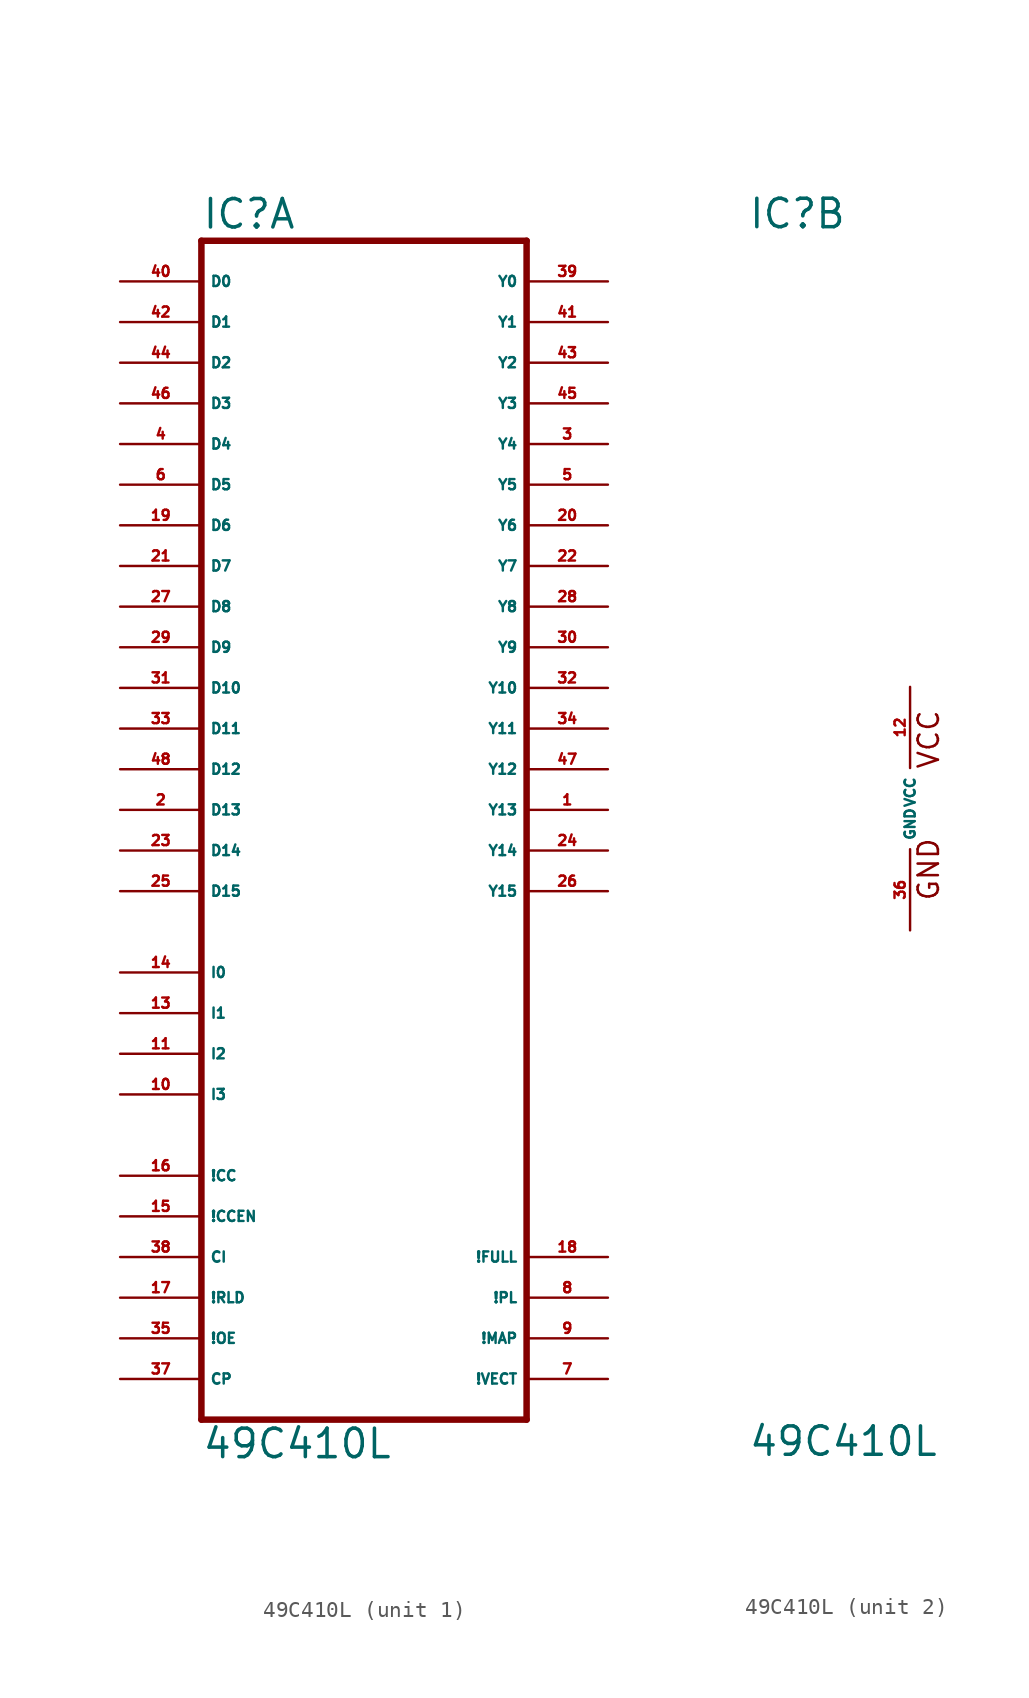
<source format=kicad_sym>
(kicad_symbol_lib
  (version 20220914)
  (generator Eagle2Kicad)
  (symbol "49C410L"
    (property "Reference" "IC"
      (at -10.16 36.195 0)
      (effects (font (size 1.778 1.778) (thickness 0.22)) (justify left bottom)))
    (property "Value" "49C410L"
      (at -10.16 -40.64 0)
      (effects (font (size 1.778 1.778) (thickness 0.22)) (justify left bottom)))
    (symbol "49C410L_1_0"
      (polyline (pts (xy -10.16 -38.1) (xy 10.16 -38.1)) (stroke (width 0.406) (type default)) (fill (type none)))
      (polyline (pts (xy 10.16 -38.1) (xy 10.16 35.56)) (stroke (width 0.406) (type default)) (fill (type none)))
      (polyline (pts (xy 10.16 35.56) (xy -10.16 35.56)) (stroke (width 0.406) (type default)) (fill (type none)))
      (polyline (pts (xy -10.16 35.56) (xy -10.16 -38.1)) (stroke (width 0.406) (type default)) (fill (type none)))
      (pin input line (at -15.24 33.02 0) (length 5.08) (name "D0" (effects (font (size 0.635 0.635) (thickness 0.08)) (justify left bottom))) (number "40" (effects (font (size 0.635 0.635) (thickness 0.08)) (justify left bottom))))
      (pin input line (at -15.24 30.48 0) (length 5.08) (name "D1" (effects (font (size 0.635 0.635) (thickness 0.08)) (justify left bottom))) (number "42" (effects (font (size 0.635 0.635) (thickness 0.08)) (justify left bottom))))
      (pin input line (at -15.24 27.94 0) (length 5.08) (name "D2" (effects (font (size 0.635 0.635) (thickness 0.08)) (justify left bottom))) (number "44" (effects (font (size 0.635 0.635) (thickness 0.08)) (justify left bottom))))
      (pin input line (at -15.24 25.4 0) (length 5.08) (name "D3" (effects (font (size 0.635 0.635) (thickness 0.08)) (justify left bottom))) (number "46" (effects (font (size 0.635 0.635) (thickness 0.08)) (justify left bottom))))
      (pin input line (at -15.24 22.86 0) (length 5.08) (name "D4" (effects (font (size 0.635 0.635) (thickness 0.08)) (justify left bottom))) (number "4" (effects (font (size 0.635 0.635) (thickness 0.08)) (justify left bottom))))
      (pin input line (at -15.24 20.32 0) (length 5.08) (name "D5" (effects (font (size 0.635 0.635) (thickness 0.08)) (justify left bottom))) (number "6" (effects (font (size 0.635 0.635) (thickness 0.08)) (justify left bottom))))
      (pin input line (at -15.24 17.78 0) (length 5.08) (name "D6" (effects (font (size 0.635 0.635) (thickness 0.08)) (justify left bottom))) (number "19" (effects (font (size 0.635 0.635) (thickness 0.08)) (justify left bottom))))
      (pin input line (at -15.24 15.24 0) (length 5.08) (name "D7" (effects (font (size 0.635 0.635) (thickness 0.08)) (justify left bottom))) (number "21" (effects (font (size 0.635 0.635) (thickness 0.08)) (justify left bottom))))
      (pin input line (at -15.24 12.7 0) (length 5.08) (name "D8" (effects (font (size 0.635 0.635) (thickness 0.08)) (justify left bottom))) (number "27" (effects (font (size 0.635 0.635) (thickness 0.08)) (justify left bottom))))
      (pin input line (at -15.24 10.16 0) (length 5.08) (name "D9" (effects (font (size 0.635 0.635) (thickness 0.08)) (justify left bottom))) (number "29" (effects (font (size 0.635 0.635) (thickness 0.08)) (justify left bottom))))
      (pin input line (at -15.24 7.62 0) (length 5.08) (name "D10" (effects (font (size 0.635 0.635) (thickness 0.08)) (justify left bottom))) (number "31" (effects (font (size 0.635 0.635) (thickness 0.08)) (justify left bottom))))
      (pin input line (at -15.24 5.08 0) (length 5.08) (name "D11" (effects (font (size 0.635 0.635) (thickness 0.08)) (justify left bottom))) (number "33" (effects (font (size 0.635 0.635) (thickness 0.08)) (justify left bottom))))
      (pin input line (at -15.24 2.54 0) (length 5.08) (name "D12" (effects (font (size 0.635 0.635) (thickness 0.08)) (justify left bottom))) (number "48" (effects (font (size 0.635 0.635) (thickness 0.08)) (justify left bottom))))
      (pin input line (at -15.24 0 0) (length 5.08) (name "D13" (effects (font (size 0.635 0.635) (thickness 0.08)) (justify left bottom))) (number "2" (effects (font (size 0.635 0.635) (thickness 0.08)) (justify left bottom))))
      (pin input line (at -15.24 -2.54 0) (length 5.08) (name "D14" (effects (font (size 0.635 0.635) (thickness 0.08)) (justify left bottom))) (number "23" (effects (font (size 0.635 0.635) (thickness 0.08)) (justify left bottom))))
      (pin input line (at -15.24 -5.08 0) (length 5.08) (name "D15" (effects (font (size 0.635 0.635) (thickness 0.08)) (justify left bottom))) (number "25" (effects (font (size 0.635 0.635) (thickness 0.08)) (justify left bottom))))
      (pin input line (at -15.24 -10.16 0) (length 5.08) (name "I0" (effects (font (size 0.635 0.635) (thickness 0.08)) (justify left bottom))) (number "14" (effects (font (size 0.635 0.635) (thickness 0.08)) (justify left bottom))))
      (pin input line (at -15.24 -12.7 0) (length 5.08) (name "I1" (effects (font (size 0.635 0.635) (thickness 0.08)) (justify left bottom))) (number "13" (effects (font (size 0.635 0.635) (thickness 0.08)) (justify left bottom))))
      (pin input line (at -15.24 -15.24 0) (length 5.08) (name "I2" (effects (font (size 0.635 0.635) (thickness 0.08)) (justify left bottom))) (number "11" (effects (font (size 0.635 0.635) (thickness 0.08)) (justify left bottom))))
      (pin input line (at -15.24 -17.78 0) (length 5.08) (name "I3" (effects (font (size 0.635 0.635) (thickness 0.08)) (justify left bottom))) (number "10" (effects (font (size 0.635 0.635) (thickness 0.08)) (justify left bottom))))
      (pin input line (at -15.24 -22.86 0) (length 5.08) (name "!CC" (effects (font (size 0.635 0.635) (thickness 0.08)) (justify left bottom))) (number "16" (effects (font (size 0.635 0.635) (thickness 0.08)) (justify left bottom))))
      (pin input line (at -15.24 -25.4 0) (length 5.08) (name "!CCEN" (effects (font (size 0.635 0.635) (thickness 0.08)) (justify left bottom))) (number "15" (effects (font (size 0.635 0.635) (thickness 0.08)) (justify left bottom))))
      (pin input line (at -15.24 -27.94 0) (length 5.08) (name "CI" (effects (font (size 0.635 0.635) (thickness 0.08)) (justify left bottom))) (number "38" (effects (font (size 0.635 0.635) (thickness 0.08)) (justify left bottom))))
      (pin input line (at -15.24 -30.48 0) (length 5.08) (name "!RLD" (effects (font (size 0.635 0.635) (thickness 0.08)) (justify left bottom))) (number "17" (effects (font (size 0.635 0.635) (thickness 0.08)) (justify left bottom))))
      (pin input line (at -15.24 -33.02 0) (length 5.08) (name "!OE" (effects (font (size 0.635 0.635) (thickness 0.08)) (justify left bottom))) (number "35" (effects (font (size 0.635 0.635) (thickness 0.08)) (justify left bottom))))
      (pin input line (at -15.24 -35.56 0) (length 5.08) (name "CP" (effects (font (size 0.635 0.635) (thickness 0.08)) (justify left bottom))) (number "37" (effects (font (size 0.635 0.635) (thickness 0.08)) (justify left bottom))))
      (pin output line (at 15.24 33.02 180) (length 5.08) (name "Y0" (effects (font (size 0.635 0.635) (thickness 0.08)) (justify left bottom))) (number "39" (effects (font (size 0.635 0.635) (thickness 0.08)) (justify left bottom))))
      (pin output line (at 15.24 30.48 180) (length 5.08) (name "Y1" (effects (font (size 0.635 0.635) (thickness 0.08)) (justify left bottom))) (number "41" (effects (font (size 0.635 0.635) (thickness 0.08)) (justify left bottom))))
      (pin output line (at 15.24 27.94 180) (length 5.08) (name "Y2" (effects (font (size 0.635 0.635) (thickness 0.08)) (justify left bottom))) (number "43" (effects (font (size 0.635 0.635) (thickness 0.08)) (justify left bottom))))
      (pin output line (at 15.24 25.4 180) (length 5.08) (name "Y3" (effects (font (size 0.635 0.635) (thickness 0.08)) (justify left bottom))) (number "45" (effects (font (size 0.635 0.635) (thickness 0.08)) (justify left bottom))))
      (pin output line (at 15.24 22.86 180) (length 5.08) (name "Y4" (effects (font (size 0.635 0.635) (thickness 0.08)) (justify left bottom))) (number "3" (effects (font (size 0.635 0.635) (thickness 0.08)) (justify left bottom))))
      (pin output line (at 15.24 20.32 180) (length 5.08) (name "Y5" (effects (font (size 0.635 0.635) (thickness 0.08)) (justify left bottom))) (number "5" (effects (font (size 0.635 0.635) (thickness 0.08)) (justify left bottom))))
      (pin output line (at 15.24 17.78 180) (length 5.08) (name "Y6" (effects (font (size 0.635 0.635) (thickness 0.08)) (justify left bottom))) (number "20" (effects (font (size 0.635 0.635) (thickness 0.08)) (justify left bottom))))
      (pin output line (at 15.24 15.24 180) (length 5.08) (name "Y7" (effects (font (size 0.635 0.635) (thickness 0.08)) (justify left bottom))) (number "22" (effects (font (size 0.635 0.635) (thickness 0.08)) (justify left bottom))))
      (pin output line (at 15.24 12.7 180) (length 5.08) (name "Y8" (effects (font (size 0.635 0.635) (thickness 0.08)) (justify left bottom))) (number "28" (effects (font (size 0.635 0.635) (thickness 0.08)) (justify left bottom))))
      (pin output line (at 15.24 10.16 180) (length 5.08) (name "Y9" (effects (font (size 0.635 0.635) (thickness 0.08)) (justify left bottom))) (number "30" (effects (font (size 0.635 0.635) (thickness 0.08)) (justify left bottom))))
      (pin output line (at 15.24 7.62 180) (length 5.08) (name "Y10" (effects (font (size 0.635 0.635) (thickness 0.08)) (justify left bottom))) (number "32" (effects (font (size 0.635 0.635) (thickness 0.08)) (justify left bottom))))
      (pin output line (at 15.24 5.08 180) (length 5.08) (name "Y11" (effects (font (size 0.635 0.635) (thickness 0.08)) (justify left bottom))) (number "34" (effects (font (size 0.635 0.635) (thickness 0.08)) (justify left bottom))))
      (pin output line (at 15.24 2.54 180) (length 5.08) (name "Y12" (effects (font (size 0.635 0.635) (thickness 0.08)) (justify left bottom))) (number "47" (effects (font (size 0.635 0.635) (thickness 0.08)) (justify left bottom))))
      (pin output line (at 15.24 0 180) (length 5.08) (name "Y13" (effects (font (size 0.635 0.635) (thickness 0.08)) (justify left bottom))) (number "1" (effects (font (size 0.635 0.635) (thickness 0.08)) (justify left bottom))))
      (pin output line (at 15.24 -2.54 180) (length 5.08) (name "Y14" (effects (font (size 0.635 0.635) (thickness 0.08)) (justify left bottom))) (number "24" (effects (font (size 0.635 0.635) (thickness 0.08)) (justify left bottom))))
      (pin output line (at 15.24 -5.08 180) (length 5.08) (name "Y15" (effects (font (size 0.635 0.635) (thickness 0.08)) (justify left bottom))) (number "26" (effects (font (size 0.635 0.635) (thickness 0.08)) (justify left bottom))))
      (pin output line (at 15.24 -27.94 180) (length 5.08) (name "!FULL" (effects (font (size 0.635 0.635) (thickness 0.08)) (justify left bottom))) (number "18" (effects (font (size 0.635 0.635) (thickness 0.08)) (justify left bottom))))
      (pin output line (at 15.24 -30.48 180) (length 5.08) (name "!PL" (effects (font (size 0.635 0.635) (thickness 0.08)) (justify left bottom))) (number "8" (effects (font (size 0.635 0.635) (thickness 0.08)) (justify left bottom))))
      (pin output line (at 15.24 -33.02 180) (length 5.08) (name "!MAP" (effects (font (size 0.635 0.635) (thickness 0.08)) (justify left bottom))) (number "9" (effects (font (size 0.635 0.635) (thickness 0.08)) (justify left bottom))))
      (pin output line (at 15.24 -35.56 180) (length 5.08) (name "!VECT" (effects (font (size 0.635 0.635) (thickness 0.08)) (justify left bottom))) (number "7" (effects (font (size 0.635 0.635) (thickness 0.08)) (justify left bottom)))))
    (symbol "49C410L_2_0"
      (text "GND" (at 1.905 -5.842 900) (effects (font (size 1.27 1.27) (thickness 0.16)) (justify left bottom)))
      (text "VCC" (at 1.905 2.413 900) (effects (font (size 1.27 1.27) (thickness 0.16)) (justify left bottom)))
      (pin unspecified line (at 0 7.62 270) (length 5.08) (name "VCC" (effects (font (size 0.635 0.635) (thickness 0.08)) (justify left bottom))) (number "12" (effects (font (size 0.635 0.635) (thickness 0.08)) (justify left bottom))))
      (pin unspecified line (at 0 -7.62 90) (length 5.08) (name "GND" (effects (font (size 0.635 0.635) (thickness 0.08)) (justify left bottom))) (number "36" (effects (font (size 0.635 0.635) (thickness 0.08)) (justify left bottom)))))))
</source>
